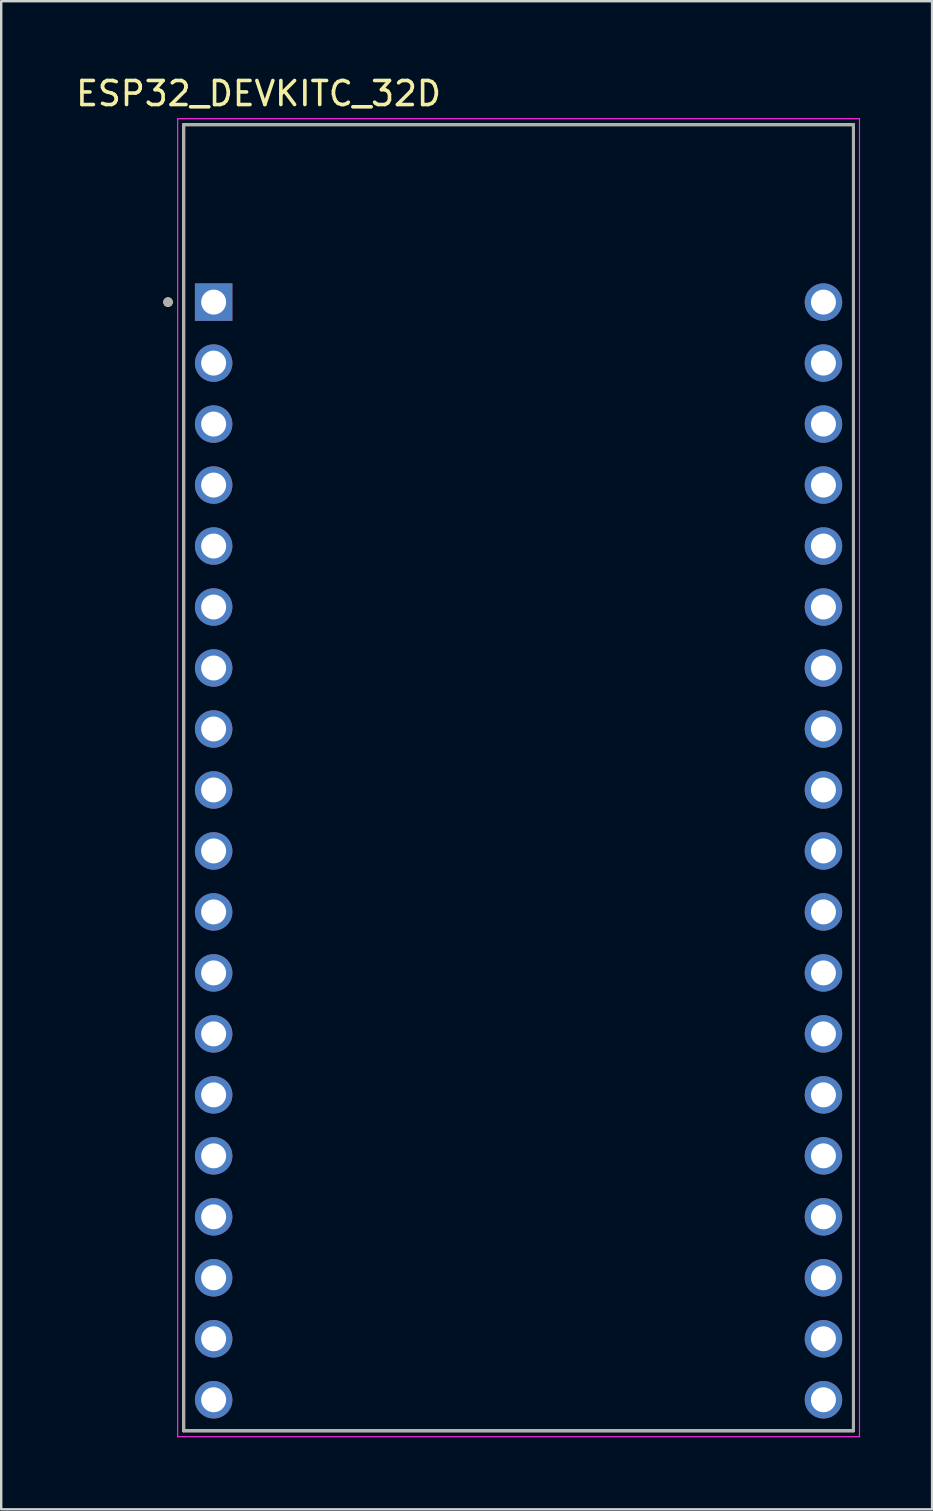
<source format=kicad_pcb>
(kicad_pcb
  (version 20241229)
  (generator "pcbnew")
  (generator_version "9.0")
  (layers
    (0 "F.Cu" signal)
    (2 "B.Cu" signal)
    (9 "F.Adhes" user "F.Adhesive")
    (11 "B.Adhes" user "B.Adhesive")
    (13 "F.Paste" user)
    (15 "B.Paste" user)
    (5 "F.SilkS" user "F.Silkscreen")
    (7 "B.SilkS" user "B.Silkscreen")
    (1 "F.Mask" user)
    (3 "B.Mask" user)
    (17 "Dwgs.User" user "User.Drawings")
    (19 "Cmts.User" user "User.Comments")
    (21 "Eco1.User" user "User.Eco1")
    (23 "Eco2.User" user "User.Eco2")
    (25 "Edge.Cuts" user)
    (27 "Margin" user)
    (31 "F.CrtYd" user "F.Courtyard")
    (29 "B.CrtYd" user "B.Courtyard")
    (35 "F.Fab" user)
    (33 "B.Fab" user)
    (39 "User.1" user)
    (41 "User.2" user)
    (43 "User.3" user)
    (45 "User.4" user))
  (footprint "ESP32_DEVKITC_32D"
    (layer "F.Cu")
    (at 18.549 29.294)
    (property "Reference" "ESP32_DEVKITC_32D" (at -10.829 -28.446 0) (layer "F.SilkS") (effects (font (size 1 1) (thickness 0.15))))
    (attr through_hole)
    (fp_line (start -13.95 -27.15) (end 13.95 -27.15) (stroke (width 0.127) (type solid)) (layer "F.SilkS"))
    (fp_line (start -13.95 27.25) (end -13.95 -27.15) (stroke (width 0.127) (type solid)) (layer "F.SilkS"))
    (fp_line (start 13.95 -27.15) (end 13.95 27.25) (stroke (width 0.127) (type solid)) (layer "F.SilkS"))
    (fp_line (start 13.95 27.25) (end -13.95 27.25) (stroke (width 0.127) (type solid)) (layer "F.SilkS"))
    (fp_circle (center -14.6 -19.76) (end -14.5 -19.76) (stroke (width 0.2) (type solid)) (fill no) (layer "F.SilkS"))
    (fp_line (start -14.2 -27.4) (end 14.2 -27.4) (stroke (width 0.05) (type solid)) (layer "F.CrtYd"))
    (fp_line (start -14.2 27.5) (end -14.2 -27.4) (stroke (width 0.05) (type solid)) (layer "F.CrtYd"))
    (fp_line (start 14.2 -27.4) (end 14.2 27.5) (stroke (width 0.05) (type solid)) (layer "F.CrtYd"))
    (fp_line (start 14.2 27.5) (end -14.2 27.5) (stroke (width 0.05) (type solid)) (layer "F.CrtYd"))
    (fp_line (start -13.95 -27.15) (end 13.95 -27.15) (stroke (width 0.127) (type solid)) (layer "F.Fab"))
    (fp_line (start -13.95 27.25) (end -13.95 -27.15) (stroke (width 0.127) (type solid)) (layer "F.Fab"))
    (fp_line (start 13.95 -27.15) (end 13.95 27.25) (stroke (width 0.127) (type solid)) (layer "F.Fab"))
    (fp_line (start 13.95 27.25) (end -13.95 27.25) (stroke (width 0.127) (type solid)) (layer "F.Fab"))
    (fp_circle (center -14.6 -19.76) (end -14.5 -19.76) (stroke (width 0.2) (type solid)) (fill no) (layer "F.Fab"))
    (pad "J2-1" thru_hole rect (at -12.7 -19.76) (size 1.56 1.56) (drill 1.04) (layers "*.Cu" "*.Mask"))
    (pad "J2-2" thru_hole circle (at -12.7 -17.22) (size 1.56 1.56) (drill 1.04) (layers "*.Cu" "*.Mask"))
    (pad "J2-3" thru_hole circle (at -12.7 -14.68) (size 1.56 1.56) (drill 1.04) (layers "*.Cu" "*.Mask"))
    (pad "J2-4" thru_hole circle (at -12.7 -12.14) (size 1.56 1.56) (drill 1.04) (layers "*.Cu" "*.Mask"))
    (pad "J2-5" thru_hole circle (at -12.7 -9.6) (size 1.56 1.56) (drill 1.04) (layers "*.Cu" "*.Mask"))
    (pad "J2-6" thru_hole circle (at -12.7 -7.06) (size 1.56 1.56) (drill 1.04) (layers "*.Cu" "*.Mask"))
    (pad "J2-7" thru_hole circle (at -12.7 -4.52) (size 1.56 1.56) (drill 1.04) (layers "*.Cu" "*.Mask"))
    (pad "J2-8" thru_hole circle (at -12.7 -1.98) (size 1.56 1.56) (drill 1.04) (layers "*.Cu" "*.Mask"))
    (pad "J2-9" thru_hole circle (at -12.7 0.56) (size 1.56 1.56) (drill 1.04) (layers "*.Cu" "*.Mask"))
    (pad "J2-10" thru_hole circle (at -12.7 3.1) (size 1.56 1.56) (drill 1.04) (layers "*.Cu" "*.Mask"))
    (pad "J2-11" thru_hole circle (at -12.7 5.64) (size 1.56 1.56) (drill 1.04) (layers "*.Cu" "*.Mask"))
    (pad "J2-12" thru_hole circle (at -12.7 8.18) (size 1.56 1.56) (drill 1.04) (layers "*.Cu" "*.Mask"))
    (pad "J2-13" thru_hole circle (at -12.7 10.72) (size 1.56 1.56) (drill 1.04) (layers "*.Cu" "*.Mask"))
    (pad "J2-14" thru_hole circle (at -12.7 13.26) (size 1.56 1.56) (drill 1.04) (layers "*.Cu" "*.Mask"))
    (pad "J2-15" thru_hole circle (at -12.7 15.8) (size 1.56 1.56) (drill 1.04) (layers "*.Cu" "*.Mask"))
    (pad "J2-16" thru_hole circle (at -12.7 18.34) (size 1.56 1.56) (drill 1.04) (layers "*.Cu" "*.Mask"))
    (pad "J2-17" thru_hole circle (at -12.7 20.88) (size 1.56 1.56) (drill 1.04) (layers "*.Cu" "*.Mask"))
    (pad "J2-18" thru_hole circle (at -12.7 23.42) (size 1.56 1.56) (drill 1.04) (layers "*.Cu" "*.Mask"))
    (pad "J2-19" thru_hole circle (at -12.7 25.96) (size 1.56 1.56) (drill 1.04) (layers "*.Cu" "*.Mask"))
    (pad "J3-1" thru_hole circle (at 12.7 -19.76) (size 1.56 1.56) (drill 1.04) (layers "*.Cu" "*.Mask"))
    (pad "J3-2" thru_hole circle (at 12.7 -17.22) (size 1.56 1.56) (drill 1.04) (layers "*.Cu" "*.Mask"))
    (pad "J3-3" thru_hole circle (at 12.7 -14.68) (size 1.56 1.56) (drill 1.04) (layers "*.Cu" "*.Mask"))
    (pad "J3-4" thru_hole circle (at 12.7 -12.14) (size 1.56 1.56) (drill 1.04) (layers "*.Cu" "*.Mask"))
    (pad "J3-5" thru_hole circle (at 12.7 -9.6) (size 1.56 1.56) (drill 1.04) (layers "*.Cu" "*.Mask"))
    (pad "J3-6" thru_hole circle (at 12.7 -7.06) (size 1.56 1.56) (drill 1.04) (layers "*.Cu" "*.Mask"))
    (pad "J3-7" thru_hole circle (at 12.7 -4.52) (size 1.56 1.56) (drill 1.04) (layers "*.Cu" "*.Mask"))
    (pad "J3-8" thru_hole circle (at 12.7 -1.98) (size 1.56 1.56) (drill 1.04) (layers "*.Cu" "*.Mask"))
    (pad "J3-9" thru_hole circle (at 12.7 0.56) (size 1.56 1.56) (drill 1.04) (layers "*.Cu" "*.Mask"))
    (pad "J3-10" thru_hole circle (at 12.7 3.1) (size 1.56 1.56) (drill 1.04) (layers "*.Cu" "*.Mask"))
    (pad "J3-11" thru_hole circle (at 12.7 5.64) (size 1.56 1.56) (drill 1.04) (layers "*.Cu" "*.Mask"))
    (pad "J3-12" thru_hole circle (at 12.7 8.18) (size 1.56 1.56) (drill 1.04) (layers "*.Cu" "*.Mask"))
    (pad "J3-13" thru_hole circle (at 12.7 10.72) (size 1.56 1.56) (drill 1.04) (layers "*.Cu" "*.Mask"))
    (pad "J3-14" thru_hole circle (at 12.7 13.26) (size 1.56 1.56) (drill 1.04) (layers "*.Cu" "*.Mask"))
    (pad "J3-15" thru_hole circle (at 12.7 15.8) (size 1.56 1.56) (drill 1.04) (layers "*.Cu" "*.Mask"))
    (pad "J3-16" thru_hole circle (at 12.7 18.34) (size 1.56 1.56) (drill 1.04) (layers "*.Cu" "*.Mask"))
    (pad "J3-17" thru_hole circle (at 12.7 20.88) (size 1.56 1.56) (drill 1.04) (layers "*.Cu" "*.Mask"))
    (pad "J3-18" thru_hole circle (at 12.7 23.42) (size 1.56 1.56) (drill 1.04) (layers "*.Cu" "*.Mask"))
    (pad "J3-19" thru_hole circle (at 12.7 25.96) (size 1.56 1.56) (drill 1.04) (layers "*.Cu" "*.Mask")))
  (gr_rect
    (start -3 -3)
    (end 35.774 59.819)
    (stroke (width 0.1) (type default))
    (fill no)
    (layer "Edge.Cuts")))
</source>
